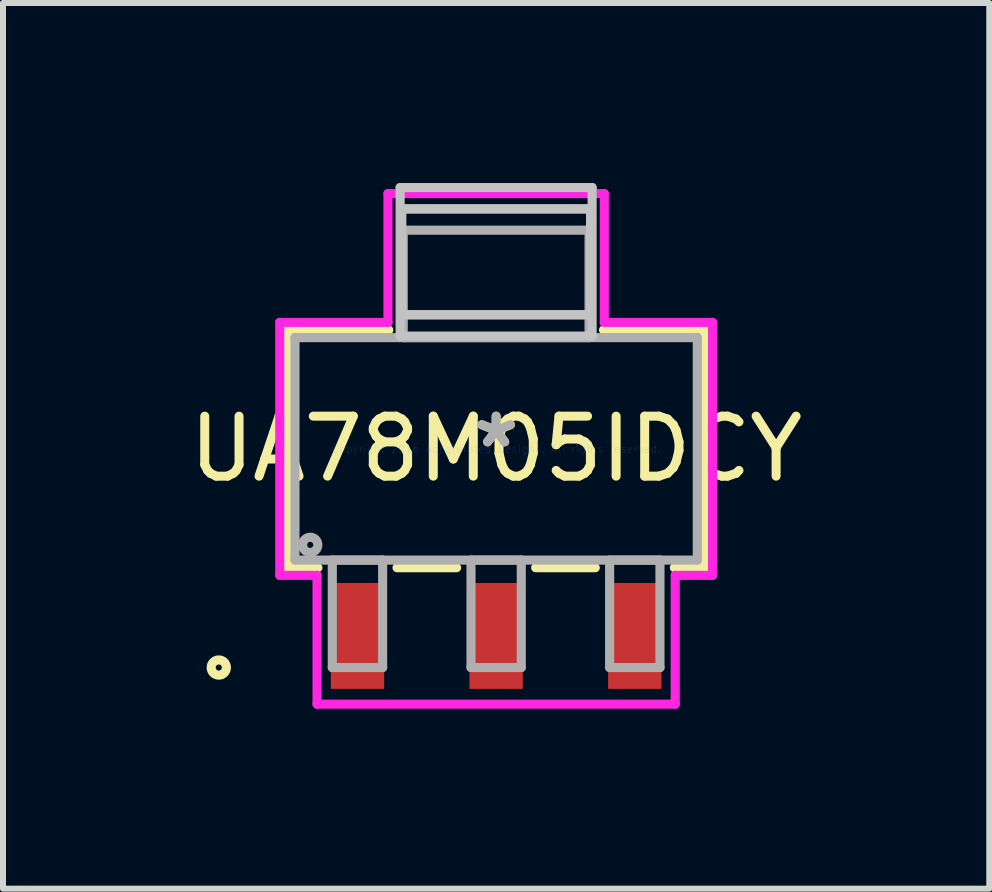
<source format=kicad_pcb>
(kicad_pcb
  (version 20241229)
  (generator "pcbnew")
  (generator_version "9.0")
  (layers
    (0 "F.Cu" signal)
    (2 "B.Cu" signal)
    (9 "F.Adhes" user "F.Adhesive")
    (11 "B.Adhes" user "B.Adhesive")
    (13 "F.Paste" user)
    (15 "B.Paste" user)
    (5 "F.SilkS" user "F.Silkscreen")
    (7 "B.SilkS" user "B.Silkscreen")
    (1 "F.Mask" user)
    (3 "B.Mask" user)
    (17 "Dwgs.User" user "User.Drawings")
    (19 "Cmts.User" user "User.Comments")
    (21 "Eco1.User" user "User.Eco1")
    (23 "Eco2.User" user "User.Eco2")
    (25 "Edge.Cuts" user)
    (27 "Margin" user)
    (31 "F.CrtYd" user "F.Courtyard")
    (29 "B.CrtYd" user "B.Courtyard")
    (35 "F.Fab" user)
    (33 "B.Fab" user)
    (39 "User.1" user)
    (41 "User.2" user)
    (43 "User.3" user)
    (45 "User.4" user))
  (footprint "UA78M05IDCY"
    (layer "F.Cu")
    (at 5.22 4.432)
    (property "Reference" "UA78M05IDCY" (at 0 0 0) (layer "F.SilkS") (effects (font (size 1 1) (thickness 0.15))))
    (attr through_hole)
    (fp_line (start -3.48 -1.981) (end -3.48 1.981) (stroke (width 0.152) (type solid)) (layer "F.SilkS"))
    (fp_line (start -3.48 1.981) (end -2.971 1.981) (stroke (width 0.152) (type solid)) (layer "F.SilkS"))
    (fp_line (start -1.79 -1.981) (end -3.48 -1.981) (stroke (width 0.152) (type solid)) (layer "F.SilkS"))
    (fp_line (start -1.652 1.981) (end -0.659 1.981) (stroke (width 0.152) (type solid)) (layer "F.SilkS"))
    (fp_line (start 0.659 1.981) (end 1.652 1.981) (stroke (width 0.152) (type solid)) (layer "F.SilkS"))
    (fp_line (start 2.971 1.981) (end 3.48 1.981) (stroke (width 0.152) (type solid)) (layer "F.SilkS"))
    (fp_line (start 3.48 -1.981) (end 1.79 -1.981) (stroke (width 0.152) (type solid)) (layer "F.SilkS"))
    (fp_line (start 3.48 1.981) (end 3.48 -1.981) (stroke (width 0.152) (type solid)) (layer "F.SilkS"))
    (fp_circle (center -4.623 3.645) (end -4.496 3.645) (stroke (width 0.152) (type solid)) (fill no) (layer "F.SilkS"))
    (fp_line (start -1.6 -4.356) (end -1.6 -1.88) (stroke (width 0.152) (type solid)) (layer "Dwgs.User"))
    (fp_line (start -1.6 -1.88) (end 1.6 -1.88) (stroke (width 0.152) (type solid)) (layer "Dwgs.User"))
    (fp_line (start -1.575 -4) (end -1.575 -2.235) (stroke (width 0.152) (type solid)) (layer "Dwgs.User"))
    (fp_line (start -1.575 -4) (end -1.575 -2.235) (stroke (width 0.152) (type solid)) (layer "Dwgs.User"))
    (fp_line (start -1.575 -2.235) (end 1.575 -2.235) (stroke (width 0.152) (type solid)) (layer "Dwgs.User"))
    (fp_line (start -1.575 -2.235) (end 1.575 -2.235) (stroke (width 0.152) (type solid)) (layer "Dwgs.User"))
    (fp_line (start 1.575 -4) (end -1.575 -4) (stroke (width 0.152) (type solid)) (layer "Dwgs.User"))
    (fp_line (start 1.575 -4) (end -1.575 -4) (stroke (width 0.152) (type solid)) (layer "Dwgs.User"))
    (fp_line (start 1.575 -2.235) (end 1.575 -4) (stroke (width 0.152) (type solid)) (layer "Dwgs.User"))
    (fp_line (start 1.575 -2.235) (end 1.575 -4) (stroke (width 0.152) (type solid)) (layer "Dwgs.User"))
    (fp_line (start 1.6 -4.356) (end -1.6 -4.356) (stroke (width 0.152) (type solid)) (layer "Dwgs.User"))
    (fp_line (start 1.6 -1.88) (end 1.6 -4.356) (stroke (width 0.152) (type solid)) (layer "Dwgs.User"))
    (fp_line (start -3.607 -2.108) (end -1.803 -2.108) (stroke (width 0.152) (type solid)) (layer "F.CrtYd"))
    (fp_line (start -3.607 2.108) (end -3.607 -2.108) (stroke (width 0.152) (type solid)) (layer "F.CrtYd"))
    (fp_line (start -2.985 2.108) (end -3.607 2.108) (stroke (width 0.152) (type solid)) (layer "F.CrtYd"))
    (fp_line (start -2.985 4.255) (end -2.985 2.108) (stroke (width 0.152) (type solid)) (layer "F.CrtYd"))
    (fp_line (start -1.803 -4.255) (end 1.803 -4.255) (stroke (width 0.152) (type solid)) (layer "F.CrtYd"))
    (fp_line (start -1.803 -2.108) (end -1.803 -4.255) (stroke (width 0.152) (type solid)) (layer "F.CrtYd"))
    (fp_line (start 1.803 -4.255) (end 1.803 -2.108) (stroke (width 0.152) (type solid)) (layer "F.CrtYd"))
    (fp_line (start 1.803 -2.108) (end 3.607 -2.108) (stroke (width 0.152) (type solid)) (layer "F.CrtYd"))
    (fp_line (start 2.985 2.108) (end 2.985 4.255) (stroke (width 0.152) (type solid)) (layer "F.CrtYd"))
    (fp_line (start 2.985 4.255) (end -2.985 4.255) (stroke (width 0.152) (type solid)) (layer "F.CrtYd"))
    (fp_line (start 3.607 -2.108) (end 3.607 2.108) (stroke (width 0.152) (type solid)) (layer "F.CrtYd"))
    (fp_line (start 3.607 2.108) (end 2.985 2.108) (stroke (width 0.152) (type solid)) (layer "F.CrtYd"))
    (fp_line (start -3.353 -1.854) (end -3.353 1.854) (stroke (width 0.152) (type solid)) (layer "F.Fab"))
    (fp_line (start -3.353 1.854) (end 3.353 1.854) (stroke (width 0.152) (type solid)) (layer "F.Fab"))
    (fp_line (start -2.731 1.854) (end -2.731 3.645) (stroke (width 0.152) (type solid)) (layer "F.Fab"))
    (fp_line (start -2.731 3.645) (end -1.892 3.645) (stroke (width 0.152) (type solid)) (layer "F.Fab"))
    (fp_line (start -1.892 1.854) (end -2.731 1.854) (stroke (width 0.152) (type solid)) (layer "F.Fab"))
    (fp_line (start -1.892 3.645) (end -1.892 1.854) (stroke (width 0.152) (type solid)) (layer "F.Fab"))
    (fp_line (start -1.549 -3.645) (end -1.549 -1.854) (stroke (width 0.152) (type solid)) (layer "F.Fab"))
    (fp_line (start -1.549 -1.854) (end 1.549 -1.854) (stroke (width 0.152) (type solid)) (layer "F.Fab"))
    (fp_line (start -0.419 1.854) (end -0.419 3.645) (stroke (width 0.152) (type solid)) (layer "F.Fab"))
    (fp_line (start -0.419 3.645) (end 0.419 3.645) (stroke (width 0.152) (type solid)) (layer "F.Fab"))
    (fp_line (start 0.419 1.854) (end -0.419 1.854) (stroke (width 0.152) (type solid)) (layer "F.Fab"))
    (fp_line (start 0.419 3.645) (end 0.419 1.854) (stroke (width 0.152) (type solid)) (layer "F.Fab"))
    (fp_line (start 1.549 -3.645) (end -1.549 -3.645) (stroke (width 0.152) (type solid)) (layer "F.Fab"))
    (fp_line (start 1.549 -1.854) (end 1.549 -3.645) (stroke (width 0.152) (type solid)) (layer "F.Fab"))
    (fp_line (start 1.892 1.854) (end 1.892 3.645) (stroke (width 0.152) (type solid)) (layer "F.Fab"))
    (fp_line (start 1.892 3.645) (end 2.731 3.645) (stroke (width 0.152) (type solid)) (layer "F.Fab"))
    (fp_line (start 2.731 1.854) (end 1.892 1.854) (stroke (width 0.152) (type solid)) (layer "F.Fab"))
    (fp_line (start 2.731 3.645) (end 2.731 1.854) (stroke (width 0.152) (type solid)) (layer "F.Fab"))
    (fp_line (start 3.353 -1.854) (end -3.353 -1.854) (stroke (width 0.152) (type solid)) (layer "F.Fab"))
    (fp_line (start 3.353 1.854) (end 3.353 -1.854) (stroke (width 0.152) (type solid)) (layer "F.Fab"))
    (fp_circle (center -3.099 1.6) (end -2.972 1.6) (stroke (width 0.152) (type solid)) (fill no) (layer "F.Fab"))
    (fp_text user "*" (at 0 0 0) (layer "F.SilkS") (effects (font (size 1 1) (thickness 0.15))))
    (fp_text user "Copyright 2016 Accelerated Designs. All rights reserved." (at 0 0 0) (layer "Cmts.User") (effects (font (size 0.127 0.127) (thickness 0.002))))
    (fp_text user "*" (at 0 0 0) (layer "F.Fab") (effects (font (size 1 1) (thickness 0.15))))
    (pad "1" smd rect (at -2.311 3.118) (size 0.889 1.765) (layers "F.Cu" "F.Mask" "F.Paste"))
    (pad "2" smd rect (at 0 3.118) (size 0.889 1.765) (layers "F.Cu" "F.Mask" "F.Paste"))
    (pad "3" smd rect (at 2.311 3.118) (size 0.889 1.765) (layers "F.Cu" "F.Mask" "F.Paste")))
  (gr_rect
    (start -3 -3)
    (end 13.44 11.763)
    (stroke (width 0.1) (type default))
    (fill no)
    (layer "Edge.Cuts")))
</source>
